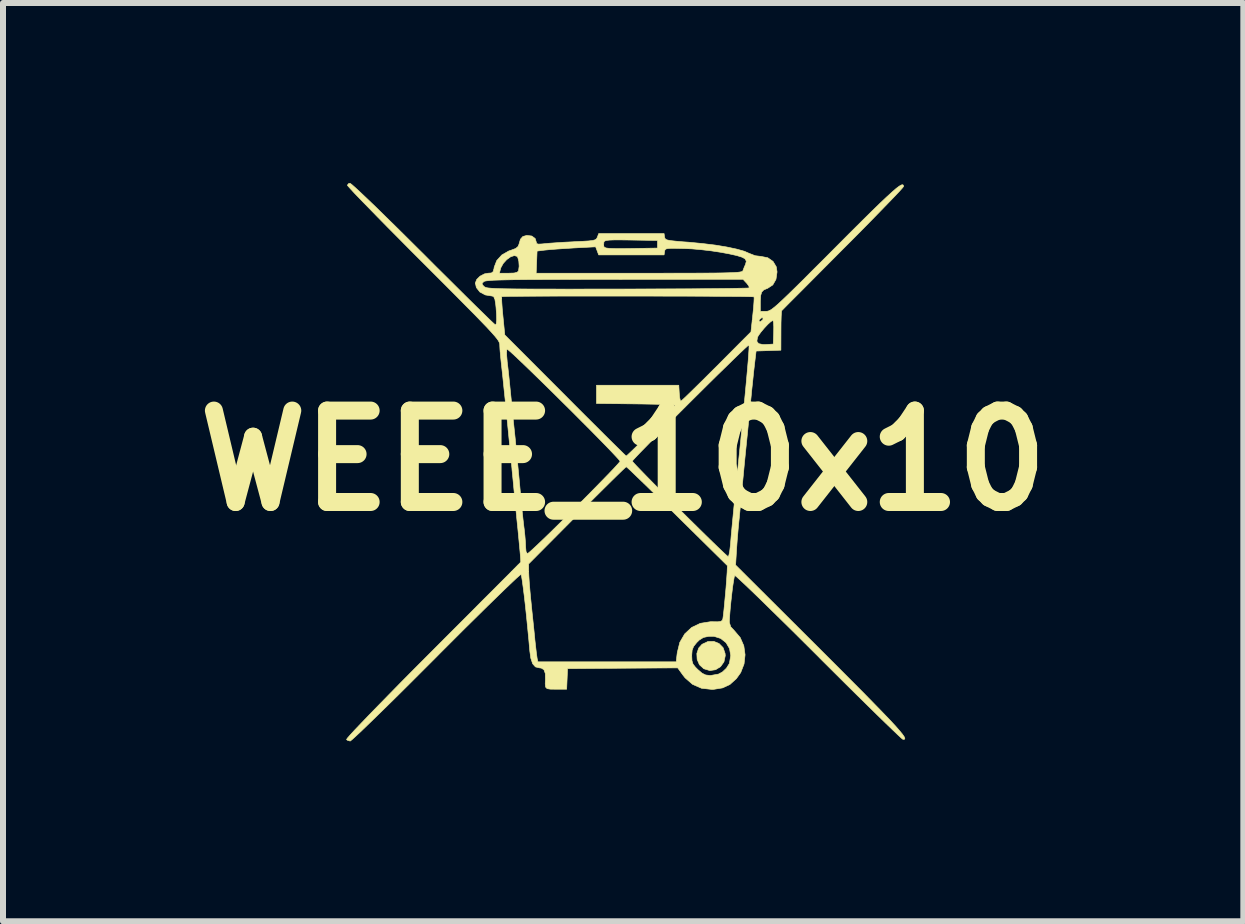
<source format=kicad_pcb>
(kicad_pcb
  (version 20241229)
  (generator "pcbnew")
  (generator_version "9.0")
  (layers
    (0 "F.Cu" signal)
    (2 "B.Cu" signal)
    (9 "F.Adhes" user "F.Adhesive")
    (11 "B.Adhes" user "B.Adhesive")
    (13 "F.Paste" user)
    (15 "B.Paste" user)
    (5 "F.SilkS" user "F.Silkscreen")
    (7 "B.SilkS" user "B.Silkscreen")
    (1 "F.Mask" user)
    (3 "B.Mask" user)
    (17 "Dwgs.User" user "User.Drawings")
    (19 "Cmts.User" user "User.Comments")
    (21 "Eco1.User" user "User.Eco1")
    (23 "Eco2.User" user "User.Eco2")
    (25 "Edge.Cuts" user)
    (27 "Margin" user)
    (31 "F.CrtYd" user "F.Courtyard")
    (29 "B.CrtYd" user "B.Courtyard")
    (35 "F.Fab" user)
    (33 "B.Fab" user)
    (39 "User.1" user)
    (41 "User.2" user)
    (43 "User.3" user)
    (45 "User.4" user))
  (footprint "WEEE_10x10"
    (layer "F.Cu")
    (at 7.337 4.628)
    (property "Reference" "WEEE_10x10" (at 0 0 0) (layer "F.SilkS") (effects (font (size 1.524 1.524) (thickness 0.3))))
    (attr through_hole)
    (fp_poly (pts (xy 1.599 3.049) (xy 1.666 3.118) (xy 1.699 3.215) (xy 1.702 3.251) (xy 1.68 3.354) (xy 1.623 3.434) (xy 1.54 3.485) (xy 1.444 3.499) (xy 1.345 3.469) (xy 1.343 3.468) (xy 1.271 3.402) (xy 1.233 3.313) (xy 1.228 3.215) (xy 1.259 3.123) (xy 1.315 3.061) (xy 1.413 3.015) (xy 1.512 3.013) (xy 1.599 3.049)) (stroke (width 0.01) (type solid)) (fill yes) (layer "F.SilkS"))
    (fp_poly (pts (xy -4.527 -4.605) (xy -4.469 -4.554) (xy -4.381 -4.473) (xy -4.266 -4.364) (xy -4.127 -4.231) (xy -3.968 -4.075) (xy -3.79 -3.901) (xy -3.597 -3.71) (xy -3.392 -3.506) (xy -3.327 -3.442) (xy -3.125 -3.239) (xy -2.932 -3.048) (xy -2.753 -2.87) (xy -2.591 -2.709) (xy -2.448 -2.568) (xy -2.328 -2.451) (xy -2.233 -2.358) (xy -2.166 -2.295) (xy -2.132 -2.264) (xy -2.127 -2.261) (xy -2.115 -2.284) (xy -2.109 -2.348) (xy -2.111 -2.441) (xy -2.119 -2.553) (xy -2.125 -2.61) (xy -2.139 -2.693) (xy -2.145 -2.706) (xy -2.026 -2.706) (xy -2.023 -2.638) (xy -2.016 -2.539) (xy -2.005 -2.42) (xy -2.004 -2.409) (xy -1.973 -2.095) (xy -0.967 -1.087) (xy -0.781 -0.9) (xy -0.605 -0.724) (xy -0.443 -0.563) (xy -0.299 -0.419) (xy -0.175 -0.296) (xy -0.075 -0.198) (xy -0.002 -0.126) (xy 0.041 -0.085) (xy 0.051 -0.077) (xy 0.072 -0.094) (xy 0.123 -0.142) (xy 0.2 -0.216) (xy 0.297 -0.311) (xy 0.41 -0.423) (xy 0.481 -0.494) (xy 0.63 -0.645) (xy 0.742 -0.763) (xy 0.818 -0.849) (xy 0.858 -0.902) (xy 0.863 -0.925) (xy 0.862 -0.926) (xy 0.828 -0.93) (xy 0.749 -0.934) (xy 0.635 -0.938) (xy 0.492 -0.941) (xy 0.328 -0.944) (xy 0.191 -0.946) (xy -0.445 -0.953) (xy -0.445 -1.257) (xy 0.927 -1.257) (xy 0.935 -1.124) (xy 0.942 -1.049) (xy 0.953 -1.001) (xy 0.96 -0.991) (xy 0.982 -1.008) (xy 1.035 -1.057) (xy 1.115 -1.134) (xy 1.217 -1.234) (xy 1.338 -1.353) (xy 1.472 -1.487) (xy 1.554 -1.568) (xy 1.973 -1.989) (xy 2.228 -1.989) (xy 2.258 -1.95) (xy 2.33 -1.935) (xy 2.387 -1.936) (xy 2.502 -1.943) (xy 2.509 -2.14) (xy 2.51 -2.233) (xy 2.506 -2.302) (xy 2.498 -2.335) (xy 2.496 -2.337) (xy 2.462 -2.318) (xy 2.41 -2.271) (xy 2.351 -2.208) (xy 2.294 -2.14) (xy 2.252 -2.081) (xy 2.239 -2.054) (xy 2.228 -1.989) (xy 1.973 -1.989) (xy 2.13 -2.146) (xy 2.151 -2.338) (xy 2.265 -2.338) (xy 2.272 -2.315) (xy 2.288 -2.316) (xy 2.326 -2.348) (xy 2.332 -2.361) (xy 2.325 -2.384) (xy 2.31 -2.383) (xy 2.271 -2.351) (xy 2.265 -2.338) (xy 2.151 -2.338) (xy 2.161 -2.432) (xy 2.173 -2.547) (xy 2.18 -2.642) (xy 2.183 -2.707) (xy 2.181 -2.73) (xy 2.154 -2.732) (xy 2.081 -2.734) (xy 1.966 -2.736) (xy 1.815 -2.737) (xy 1.631 -2.738) (xy 1.419 -2.74) (xy 1.184 -2.741) (xy 0.93 -2.742) (xy 0.662 -2.742) (xy 0.384 -2.743) (xy 0.102 -2.743) (xy -0.181 -2.743) (xy -0.46 -2.743) (xy -0.73 -2.743) (xy -0.987 -2.743) (xy -1.225 -2.742) (xy -1.441 -2.741) (xy -1.63 -2.74) (xy -1.788 -2.739) (xy -1.909 -2.738) (xy -1.989 -2.736) (xy -2.023 -2.734) (xy -2.024 -2.734) (xy -2.026 -2.706) (xy -2.145 -2.706) (xy -2.16 -2.735) (xy -2.182 -2.743) (xy -2.298 -2.762) (xy -2.389 -2.811) (xy -2.447 -2.885) (xy -2.463 -2.957) (xy -2.351 -2.957) (xy -2.346 -2.932) (xy -2.32 -2.904) (xy -2.31 -2.896) (xy -2.295 -2.889) (xy -2.273 -2.882) (xy -2.239 -2.877) (xy -2.191 -2.873) (xy -2.125 -2.869) (xy -2.039 -2.866) (xy -1.928 -2.864) (xy -1.79 -2.862) (xy -1.622 -2.861) (xy -1.42 -2.86) (xy -1.181 -2.86) (xy -0.901 -2.859) (xy -0.579 -2.86) (xy -0.21 -2.86) (xy -0.095 -2.86) (xy 0.234 -2.861) (xy 0.547 -2.862) (xy 0.842 -2.863) (xy 1.116 -2.864) (xy 1.363 -2.866) (xy 1.581 -2.868) (xy 1.766 -2.87) (xy 1.914 -2.873) (xy 2.021 -2.875) (xy 2.084 -2.877) (xy 2.1 -2.879) (xy 2.096 -2.907) (xy 2.064 -2.952) (xy 2.057 -2.959) (xy 1.998 -3.023) (xy -0.138 -3.022) (xy -0.526 -3.022) (xy -0.866 -3.021) (xy -1.161 -3.02) (xy -1.415 -3.019) (xy -1.63 -3.018) (xy -1.809 -3.016) (xy -1.956 -3.013) (xy -2.073 -3.01) (xy -2.163 -3.007) (xy -2.23 -3.002) (xy -2.277 -2.997) (xy -2.306 -2.992) (xy -2.32 -2.986) (xy -2.351 -2.957) (xy -2.463 -2.957) (xy -2.464 -2.961) (xy -2.441 -3.02) (xy -2.385 -3.075) (xy -2.312 -3.113) (xy -2.252 -3.124) (xy -2.063 -3.124) (xy -1.909 -3.124) (xy -1.45 -3.124) (xy 0.266 -3.124) (xy 0.604 -3.124) (xy 0.895 -3.125) (xy 1.141 -3.125) (xy 1.348 -3.126) (xy 1.518 -3.127) (xy 1.656 -3.129) (xy 1.764 -3.132) (xy 1.846 -3.135) (xy 1.906 -3.139) (xy 1.947 -3.144) (xy 1.974 -3.15) (xy 1.989 -3.157) (xy 1.996 -3.166) (xy 1.997 -3.169) (xy 2.019 -3.227) (xy 2.039 -3.271) (xy 2.053 -3.325) (xy 2.03 -3.365) (xy 1.982 -3.391) (xy 1.892 -3.419) (xy 1.77 -3.446) (xy 1.625 -3.473) (xy 1.467 -3.497) (xy 1.303 -3.516) (xy 1.145 -3.53) (xy 1.029 -3.535) (xy 0.894 -3.538) (xy 0.802 -3.539) (xy 0.744 -3.535) (xy 0.712 -3.527) (xy 0.697 -3.512) (xy 0.691 -3.491) (xy 0.69 -3.486) (xy 0.682 -3.429) (xy -0.408 -3.429) (xy -0.433 -3.496) (xy -0.459 -3.564) (xy -0.82 -3.545) (xy -0.963 -3.536) (xy -1.099 -3.527) (xy -1.215 -3.518) (xy -1.297 -3.51) (xy -1.308 -3.509) (xy -1.435 -3.493) (xy -1.45 -3.124) (xy -1.909 -3.124) (xy -1.82 -3.127) (xy -1.77 -3.138) (xy -1.747 -3.159) (xy -1.743 -3.169) (xy -1.734 -3.24) (xy -1.739 -3.32) (xy -1.756 -3.385) (xy -1.769 -3.405) (xy -1.814 -3.418) (xy -1.875 -3.398) (xy -1.941 -3.351) (xy -1.999 -3.287) (xy -2.039 -3.215) (xy -2.045 -3.194) (xy -2.063 -3.124) (xy -2.252 -3.124) (xy -2.196 -3.128) (xy -2.167 -3.151) (xy -2.152 -3.206) (xy -2.15 -3.224) (xy -2.107 -3.335) (xy -2.023 -3.428) (xy -1.906 -3.495) (xy -1.867 -3.508) (xy -1.79 -3.537) (xy -1.75 -3.572) (xy -1.744 -3.588) (xy -0.326 -3.588) (xy -0.321 -3.568) (xy -0.309 -3.554) (xy -0.281 -3.544) (xy -0.23 -3.538) (xy -0.15 -3.535) (xy -0.032 -3.534) (xy 0.129 -3.536) (xy 0.133 -3.536) (xy 0.572 -3.543) (xy 0.572 -3.67) (xy 0.133 -3.677) (xy -0.029 -3.679) (xy -0.147 -3.679) (xy -0.229 -3.676) (xy -0.28 -3.67) (xy -0.308 -3.66) (xy -0.321 -3.646) (xy -0.321 -3.646) (xy -0.326 -3.588) (xy -1.744 -3.588) (xy -1.737 -3.606) (xy -1.712 -3.691) (xy -1.672 -3.736) (xy -1.607 -3.754) (xy -1.604 -3.754) (xy -1.523 -3.744) (xy -1.467 -3.703) (xy -1.448 -3.643) (xy -1.441 -3.618) (xy -1.413 -3.609) (xy -1.352 -3.612) (xy -1.314 -3.616) (xy -1.239 -3.623) (xy -1.127 -3.631) (xy -0.992 -3.64) (xy -0.848 -3.647) (xy -0.817 -3.649) (xy -0.674 -3.656) (xy -0.574 -3.662) (xy -0.508 -3.67) (xy -0.468 -3.681) (xy -0.446 -3.696) (xy -0.434 -3.717) (xy -0.43 -3.725) (xy -0.408 -3.785) (xy 0.682 -3.785) (xy 0.69 -3.727) (xy 0.696 -3.706) (xy 0.71 -3.689) (xy 0.74 -3.677) (xy 0.794 -3.667) (xy 0.879 -3.658) (xy 1.003 -3.647) (xy 1.092 -3.641) (xy 1.321 -3.619) (xy 1.535 -3.593) (xy 1.728 -3.561) (xy 1.892 -3.526) (xy 2.02 -3.49) (xy 2.1 -3.455) (xy 2.2 -3.416) (xy 2.298 -3.404) (xy 2.41 -3.382) (xy 2.498 -3.321) (xy 2.552 -3.231) (xy 2.565 -3.146) (xy 2.547 -3.022) (xy 2.494 -2.929) (xy 2.409 -2.873) (xy 2.403 -2.871) (xy 2.344 -2.846) (xy 2.309 -2.81) (xy 2.292 -2.752) (xy 2.286 -2.658) (xy 2.286 -2.627) (xy 2.286 -2.489) (xy 2.382 -2.489) (xy 2.403 -2.49) (xy 2.425 -2.496) (xy 2.451 -2.508) (xy 2.484 -2.529) (xy 2.527 -2.563) (xy 2.583 -2.611) (xy 2.655 -2.678) (xy 2.745 -2.764) (xy 2.857 -2.873) (xy 2.994 -3.008) (xy 3.157 -3.172) (xy 3.352 -3.366) (xy 3.542 -3.557) (xy 3.773 -3.789) (xy 3.971 -3.986) (xy 4.139 -4.152) (xy 4.278 -4.287) (xy 4.392 -4.395) (xy 4.483 -4.478) (xy 4.552 -4.538) (xy 4.603 -4.576) (xy 4.639 -4.596) (xy 4.661 -4.599) (xy 4.671 -4.588) (xy 4.674 -4.57) (xy 4.656 -4.547) (xy 4.606 -4.491) (xy 4.526 -4.406) (xy 4.42 -4.296) (xy 4.291 -4.163) (xy 4.142 -4.01) (xy 3.976 -3.841) (xy 3.797 -3.66) (xy 3.664 -3.527) (xy 3.477 -3.339) (xy 3.301 -3.162) (xy 3.139 -2.999) (xy 2.994 -2.853) (xy 2.87 -2.729) (xy 2.769 -2.628) (xy 2.696 -2.554) (xy 2.653 -2.51) (xy 2.642 -2.5) (xy 2.638 -2.471) (xy 2.634 -2.401) (xy 2.631 -2.3) (xy 2.63 -2.179) (xy 2.63 -2.164) (xy 2.629 -1.841) (xy 2.422 -1.834) (xy 2.216 -1.827) (xy 2.188 -1.593) (xy 2.173 -1.461) (xy 2.157 -1.304) (xy 2.14 -1.148) (xy 2.134 -1.079) (xy 2.122 -0.962) (xy 2.107 -0.808) (xy 2.089 -0.633) (xy 2.071 -0.449) (xy 2.055 -0.292) (xy 2.037 -0.115) (xy 2.019 0.066) (xy 2.003 0.237) (xy 1.989 0.383) (xy 1.98 0.483) (xy 1.966 0.633) (xy 1.95 0.8) (xy 1.935 0.957) (xy 1.93 1.003) (xy 1.916 1.15) (xy 1.902 1.313) (xy 1.891 1.464) (xy 1.889 1.499) (xy 1.874 1.74) (xy 3.287 3.149) (xy 3.559 3.421) (xy 3.797 3.66) (xy 4.003 3.867) (xy 4.177 4.045) (xy 4.323 4.195) (xy 4.442 4.319) (xy 4.536 4.42) (xy 4.606 4.5) (xy 4.655 4.56) (xy 4.684 4.602) (xy 4.695 4.63) (xy 4.691 4.643) (xy 4.672 4.646) (xy 4.661 4.644) (xy 4.637 4.625) (xy 4.581 4.573) (xy 4.494 4.49) (xy 4.38 4.38) (xy 4.241 4.245) (xy 4.081 4.088) (xy 3.902 3.912) (xy 3.707 3.719) (xy 3.499 3.512) (xy 3.281 3.295) (xy 3.254 3.267) (xy 3.035 3.049) (xy 2.827 2.842) (xy 2.631 2.649) (xy 2.451 2.473) (xy 2.29 2.315) (xy 2.15 2.18) (xy 2.035 2.07) (xy 1.946 1.987) (xy 1.888 1.934) (xy 1.861 1.914) (xy 1.861 1.914) (xy 1.851 1.942) (xy 1.839 2.011) (xy 1.824 2.109) (xy 1.81 2.226) (xy 1.796 2.352) (xy 1.784 2.476) (xy 1.775 2.588) (xy 1.77 2.677) (xy 1.77 2.697) (xy 1.793 2.77) (xy 1.854 2.835) (xy 1.951 2.949) (xy 2.011 3.086) (xy 2.032 3.236) (xy 2.015 3.389) (xy 1.959 3.533) (xy 1.886 3.635) (xy 1.778 3.732) (xy 1.657 3.788) (xy 1.509 3.812) (xy 1.477 3.813) (xy 1.306 3.794) (xy 1.157 3.729) (xy 1.032 3.62) (xy 0.998 3.577) (xy 0.909 3.454) (xy -0.009 3.46) (xy -0.927 3.467) (xy -0.942 3.81) (xy -1.119 3.81) (xy -1.214 3.809) (xy -1.268 3.8) (xy -1.293 3.774) (xy -1.299 3.72) (xy -1.296 3.652) (xy -1.298 3.548) (xy -1.32 3.486) (xy -1.364 3.458) (xy -1.396 3.454) (xy -1.462 3.438) (xy -1.509 3.385) (xy -1.54 3.291) (xy -1.556 3.175) (xy -1.573 2.985) (xy -1.592 2.79) (xy -1.611 2.599) (xy -1.63 2.418) (xy -1.649 2.253) (xy -1.667 2.111) (xy -1.682 2) (xy -1.694 1.926) (xy -1.702 1.896) (xy -1.722 1.91) (xy -1.776 1.957) (xy -1.86 2.036) (xy -1.971 2.142) (xy -2.107 2.274) (xy -2.265 2.428) (xy -2.442 2.603) (xy -2.636 2.794) (xy -2.843 3.001) (xy -3.061 3.219) (xy -3.115 3.274) (xy -3.336 3.495) (xy -3.547 3.706) (xy -3.745 3.903) (xy -3.929 4.084) (xy -4.094 4.245) (xy -4.238 4.385) (xy -4.358 4.501) (xy -4.452 4.589) (xy -4.516 4.647) (xy -4.548 4.673) (xy -4.551 4.674) (xy -4.598 4.66) (xy -4.611 4.647) (xy -4.596 4.625) (xy -4.548 4.57) (xy -4.469 4.484) (xy -4.361 4.371) (xy -4.228 4.232) (xy -4.071 4.071) (xy -3.894 3.89) (xy -3.699 3.691) (xy -3.488 3.478) (xy -3.264 3.253) (xy -3.171 3.16) (xy -2.946 2.934) (xy -2.731 2.719) (xy -2.529 2.517) (xy -2.344 2.33) (xy -2.176 2.163) (xy -2.03 2.016) (xy -1.908 1.894) (xy -1.813 1.798) (xy -1.747 1.731) (xy -1.736 1.721) (xy -1.575 1.721) (xy -1.575 1.848) (xy -1.572 1.92) (xy -1.565 2.029) (xy -1.554 2.162) (xy -1.541 2.305) (xy -1.537 2.34) (xy -1.521 2.501) (xy -1.503 2.672) (xy -1.486 2.835) (xy -1.473 2.967) (xy -1.473 2.972) (xy -1.46 3.089) (xy -1.448 3.192) (xy -1.438 3.267) (xy -1.434 3.296) (xy -1.421 3.353) (xy 0.884 3.353) (xy 0.895 3.255) (xy 1.143 3.255) (xy 1.147 3.335) (xy 1.164 3.391) (xy 1.205 3.443) (xy 1.246 3.484) (xy 1.315 3.543) (xy 1.374 3.572) (xy 1.443 3.581) (xy 1.458 3.581) (xy 1.588 3.558) (xy 1.654 3.523) (xy 1.721 3.46) (xy 1.769 3.383) (xy 1.771 3.377) (xy 1.793 3.25) (xy 1.773 3.133) (xy 1.715 3.035) (xy 1.626 2.964) (xy 1.513 2.928) (xy 1.428 2.928) (xy 1.338 2.947) (xy 1.269 2.99) (xy 1.226 3.032) (xy 1.174 3.097) (xy 1.15 3.158) (xy 1.143 3.241) (xy 1.143 3.255) (xy 0.895 3.255) (xy 0.902 3.199) (xy 0.944 3.029) (xy 1.026 2.888) (xy 1.141 2.781) (xy 1.285 2.712) (xy 1.454 2.685) (xy 1.491 2.685) (xy 1.579 2.686) (xy 1.628 2.679) (xy 1.652 2.662) (xy 1.662 2.634) (xy 1.669 2.584) (xy 1.679 2.495) (xy 1.69 2.381) (xy 1.702 2.252) (xy 1.714 2.121) (xy 1.723 2.001) (xy 1.73 1.902) (xy 1.733 1.859) (xy 1.737 1.75) (xy 0.902 0.926) (xy 0.732 0.758) (xy 0.573 0.602) (xy 0.428 0.46) (xy 0.301 0.337) (xy 0.197 0.237) (xy 0.118 0.161) (xy 0.068 0.115) (xy 0.051 0.102) (xy 0.031 0.119) (xy -0.022 0.169) (xy -0.103 0.248) (xy -0.209 0.352) (xy -0.336 0.478) (xy -0.48 0.621) (xy -0.639 0.78) (xy -0.77 0.911) (xy -1.575 1.721) (xy -1.736 1.721) (xy -1.713 1.697) (xy -1.708 1.693) (xy -1.707 1.679) (xy -1.709 1.641) (xy -1.714 1.575) (xy -1.723 1.476) (xy -1.736 1.34) (xy -1.753 1.162) (xy -1.776 0.939) (xy -1.777 0.921) (xy -1.788 0.817) (xy -1.802 0.675) (xy -1.818 0.508) (xy -1.835 0.328) (xy -1.853 0.149) (xy -1.853 0.14) (xy -1.882 -0.154) (xy -1.91 -0.441) (xy -1.937 -0.714) (xy -1.962 -0.968) (xy -1.986 -1.196) (xy -2.006 -1.391) (xy -2.023 -1.546) (xy -2.032 -1.628) (xy -2.044 -1.741) (xy -2.051 -1.825) (xy -1.943 -1.825) (xy -1.942 -1.756) (xy -1.934 -1.664) (xy -1.933 -1.649) (xy -1.92 -1.542) (xy -1.905 -1.405) (xy -1.89 -1.259) (xy -1.881 -1.168) (xy -1.866 -1.021) (xy -1.85 -0.863) (xy -1.836 -0.718) (xy -1.829 -0.648) (xy -1.797 -0.345) (xy -1.768 -0.048) (xy -1.738 0.264) (xy -1.714 0.521) (xy -1.699 0.68) (xy -1.684 0.838) (xy -1.669 0.98) (xy -1.656 1.092) (xy -1.65 1.138) (xy -1.638 1.249) (xy -1.629 1.358) (xy -1.626 1.436) (xy -1.619 1.515) (xy -1.599 1.548) (xy -1.594 1.549) (xy -1.57 1.532) (xy -1.514 1.482) (xy -1.43 1.404) (xy -1.322 1.301) (xy -1.193 1.176) (xy -1.049 1.034) (xy -0.892 0.879) (xy -0.807 0.794) (xy -0.645 0.632) (xy -0.496 0.481) (xy -0.362 0.344) (xy -0.247 0.226) (xy -0.155 0.13) (xy -0.09 0.059) (xy -0.056 0.019) (xy -0.051 0.011) (xy -0.052 0.009) (xy 0.152 0.009) (xy 0.17 0.031) (xy 0.219 0.084) (xy 0.296 0.164) (xy 0.395 0.266) (xy 0.513 0.386) (xy 0.645 0.519) (xy 0.787 0.66) (xy 0.933 0.807) (xy 1.08 0.953) (xy 1.223 1.094) (xy 1.358 1.227) (xy 1.48 1.346) (xy 1.585 1.448) (xy 1.668 1.527) (xy 1.724 1.579) (xy 1.75 1.6) (xy 1.751 1.6) (xy 1.762 1.577) (xy 1.775 1.516) (xy 1.785 1.429) (xy 1.787 1.416) (xy 1.801 1.248) (xy 1.819 1.054) (xy 1.839 0.846) (xy 1.859 0.638) (xy 1.878 0.445) (xy 1.895 0.279) (xy 1.905 0.191) (xy 1.92 0.044) (xy 1.937 -0.119) (xy 1.952 -0.27) (xy 1.956 -0.305) (xy 1.969 -0.443) (xy 1.985 -0.605) (xy 2 -0.761) (xy 2.005 -0.813) (xy 2.032 -1.093) (xy 2.054 -1.327) (xy 2.071 -1.517) (xy 2.084 -1.666) (xy 2.092 -1.778) (xy 2.097 -1.856) (xy 2.098 -1.905) (xy 2.096 -1.926) (xy 2.095 -1.927) (xy 2.075 -1.912) (xy 2.023 -1.865) (xy 1.944 -1.79) (xy 1.841 -1.691) (xy 1.719 -1.571) (xy 1.58 -1.436) (xy 1.43 -1.288) (xy 1.273 -1.132) (xy 1.111 -0.971) (xy 0.95 -0.81) (xy 0.793 -0.653) (xy 0.645 -0.503) (xy 0.509 -0.366) (xy 0.389 -0.243) (xy 0.289 -0.141) (xy 0.214 -0.062) (xy 0.167 -0.011) (xy 0.152 0.009) (xy -0.052 0.009) (xy -0.068 -0.013) (xy -0.118 -0.068) (xy -0.195 -0.15) (xy -0.296 -0.255) (xy -0.417 -0.379) (xy -0.553 -0.517) (xy -0.702 -0.666) (xy -0.857 -0.822) (xy -1.017 -0.98) (xy -1.175 -1.137) (xy -1.329 -1.288) (xy -1.475 -1.43) (xy -1.607 -1.558) (xy -1.723 -1.669) (xy -1.817 -1.758) (xy -1.887 -1.821) (xy -1.927 -1.855) (xy -1.936 -1.859) (xy -1.943 -1.825) (xy -2.051 -1.825) (xy -2.053 -1.844) (xy -2.057 -1.92) (xy -2.057 -1.933) (xy -2.059 -1.952) (xy -2.067 -1.974) (xy -2.082 -2.002) (xy -2.108 -2.038) (xy -2.147 -2.085) (xy -2.201 -2.146) (xy -2.273 -2.224) (xy -2.366 -2.32) (xy -2.48 -2.438) (xy -2.621 -2.58) (xy -2.788 -2.749) (xy -2.986 -2.948) (xy -3.216 -3.178) (xy -3.327 -3.289) (xy -3.538 -3.5) (xy -3.737 -3.701) (xy -3.923 -3.888) (xy -4.092 -4.06) (xy -4.241 -4.213) (xy -4.369 -4.344) (xy -4.471 -4.45) (xy -4.544 -4.529) (xy -4.587 -4.577) (xy -4.597 -4.591) (xy -4.577 -4.618) (xy -4.553 -4.623) (xy -4.527 -4.605)) (stroke (width 0.01) (type solid)) (fill yes) (layer "F.SilkS")))
  (gr_rect
    (start -3 -3)
    (end 17.674 12.306)
    (stroke (width 0.1) (type default))
    (fill no)
    (layer "Edge.Cuts")))
</source>
